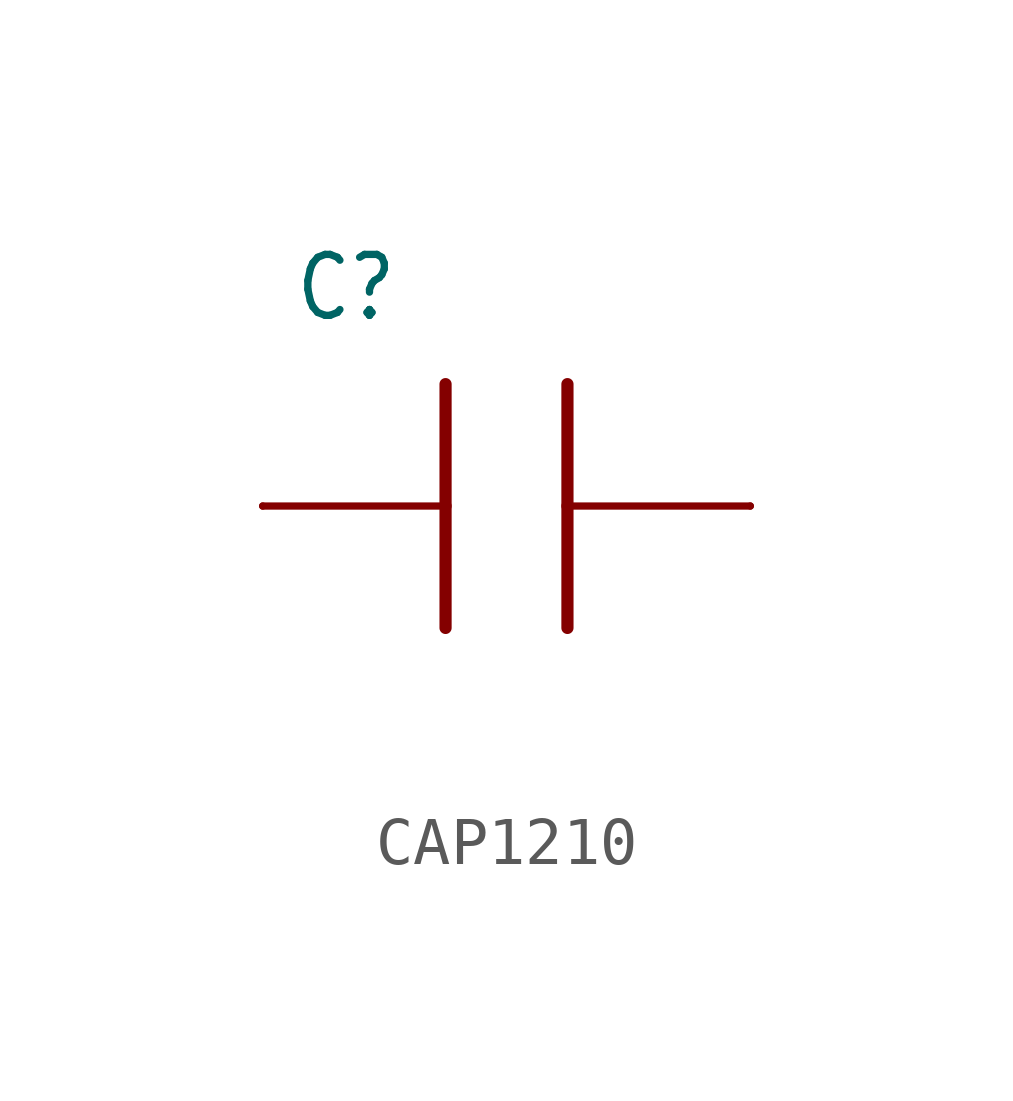
<source format=kicad_sym>
(kicad_symbol_lib
  (version 20231120)
  (generator "kicad_symbol_editor")
  (generator_version "8.0")
  (symbol "CAP1210"
    (property "Reference" "C"
      (at -4.445 3.81 0)
      (effects (font (size 1.27 1.079)) (justify left bottom)))
    (property "Value" ""
      (at -5.08 -5.08 0)
      (effects (font (size 1.27 1.079)) (justify left bottom)))
    (property "ki_locked" ""
      (at 0 0 0)
      (effects (font (size 1.27 1.27))))
    (symbol "CAP1210_1_0"
      (polyline (pts (xy -5.08 0) (xy -1.27 0)) (stroke (width 0.152) (type solid)) (fill (type none)))
      (polyline (pts (xy -1.27 0) (xy -1.27 -2.54)) (stroke (width 0.254) (type solid)) (fill (type none)))
      (polyline (pts (xy -1.27 2.54) (xy -1.27 0)) (stroke (width 0.254) (type solid)) (fill (type none)))
      (polyline (pts (xy 1.27 0) (xy 1.27 -2.54)) (stroke (width 0.254) (type solid)) (fill (type none)))
      (polyline (pts (xy 1.27 2.54) (xy 1.27 0)) (stroke (width 0.254) (type solid)) (fill (type none)))
      (polyline (pts (xy 5.08 0) (xy 1.27 0)) (stroke (width 0.152) (type solid)) (fill (type none)))
      (pin passive line (at -5.08 0 0) (length 0) (name "P$1" (effects (font (size 0 0)))) (number "1" (effects (font (size 0 0)))))
      (pin passive line (at 5.08 0 180) (length 0) (name "P$2" (effects (font (size 0 0)))) (number "2" (effects (font (size 0 0))))))))
</source>
